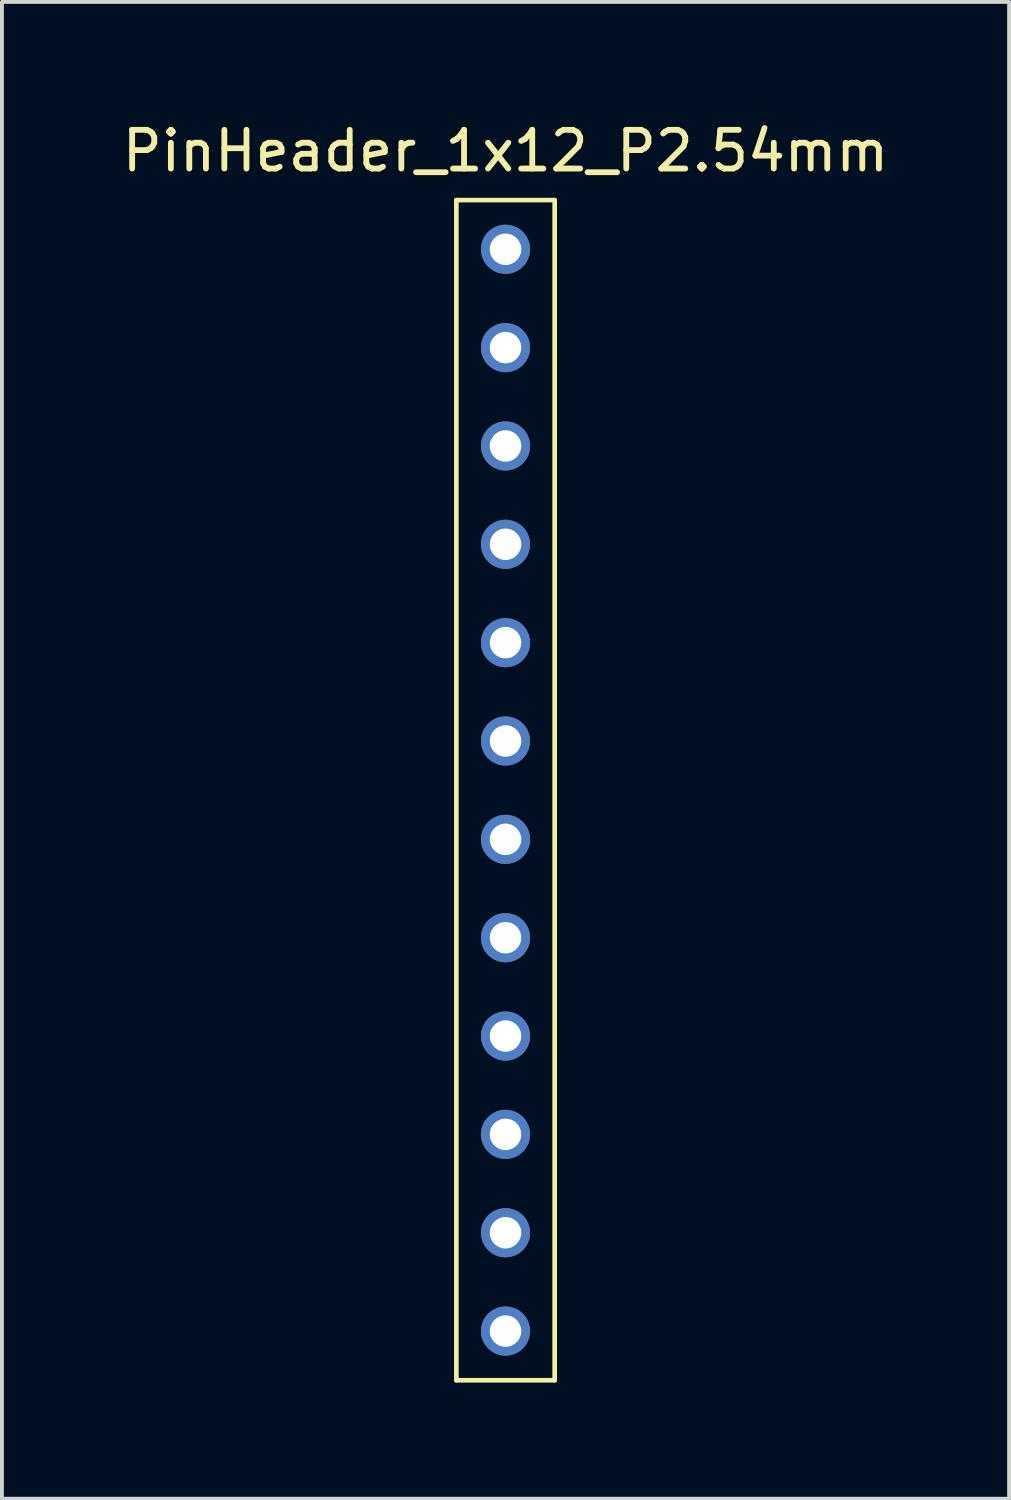
<source format=kicad_pcb>
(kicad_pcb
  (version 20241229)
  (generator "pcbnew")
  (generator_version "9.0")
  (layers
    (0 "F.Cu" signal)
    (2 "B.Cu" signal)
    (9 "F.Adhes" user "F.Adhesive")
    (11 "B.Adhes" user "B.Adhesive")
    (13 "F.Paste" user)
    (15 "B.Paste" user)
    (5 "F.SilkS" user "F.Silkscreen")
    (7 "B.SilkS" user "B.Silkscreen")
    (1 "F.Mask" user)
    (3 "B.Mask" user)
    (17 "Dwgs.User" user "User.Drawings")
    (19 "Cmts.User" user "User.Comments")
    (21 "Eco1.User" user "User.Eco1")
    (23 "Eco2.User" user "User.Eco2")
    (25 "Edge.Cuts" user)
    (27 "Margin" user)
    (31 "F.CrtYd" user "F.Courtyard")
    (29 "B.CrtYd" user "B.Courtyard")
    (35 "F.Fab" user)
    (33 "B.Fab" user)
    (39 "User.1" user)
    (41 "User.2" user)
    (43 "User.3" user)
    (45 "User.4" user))
  (footprint "PinHeader_1x12_P2.54mm"
    (layer "F.Cu")
    (at 10.006 17.358)
    (property "Reference" "PinHeader_1x12_P2.54mm" (at 0 -16.51 0) (layer "F.SilkS") (effects (font (size 1 1) (thickness 0.15))))
    (attr through_hole)
    (fp_line (start -1.27 -15.24) (end 1.27 -15.24) (stroke (width 0.12) (type solid)) (layer "F.SilkS"))
    (fp_line (start -1.27 15.24) (end -1.27 -15.24) (stroke (width 0.12) (type solid)) (layer "F.SilkS"))
    (fp_line (start 1.27 -15.24) (end 1.27 15.24) (stroke (width 0.12) (type solid)) (layer "F.SilkS"))
    (fp_line (start 1.27 15.24) (end -1.27 15.24) (stroke (width 0.12) (type solid)) (layer "F.SilkS"))
    (pad "1" thru_hole circle (at 0 -13.97) (size 1.27 1.27) (drill 0.813) (layers "*.Cu" "*.Mask"))
    (pad "2" thru_hole circle (at 0 -11.43) (size 1.27 1.27) (drill 0.813) (layers "*.Cu" "*.Mask"))
    (pad "3" thru_hole circle (at 0 -8.89) (size 1.27 1.27) (drill 0.813) (layers "*.Cu" "*.Mask"))
    (pad "4" thru_hole circle (at 0 -6.35) (size 1.27 1.27) (drill 0.813) (layers "*.Cu" "*.Mask"))
    (pad "5" thru_hole circle (at 0 -3.81) (size 1.27 1.27) (drill 0.813) (layers "*.Cu" "*.Mask"))
    (pad "6" thru_hole circle (at 0 -1.27) (size 1.27 1.27) (drill 0.813) (layers "*.Cu" "*.Mask"))
    (pad "7" thru_hole circle (at 0 1.27) (size 1.27 1.27) (drill 0.813) (layers "*.Cu" "*.Mask"))
    (pad "8" thru_hole circle (at 0 3.81) (size 1.27 1.27) (drill 0.813) (layers "*.Cu" "*.Mask"))
    (pad "9" thru_hole circle (at 0 6.35) (size 1.27 1.27) (drill 0.813) (layers "*.Cu" "*.Mask"))
    (pad "10" thru_hole circle (at 0 8.89) (size 1.27 1.27) (drill 0.813) (layers "*.Cu" "*.Mask"))
    (pad "11" thru_hole circle (at 0 11.43) (size 1.27 1.27) (drill 0.813) (layers "*.Cu" "*.Mask"))
    (pad "12" thru_hole circle (at 0 13.97) (size 1.27 1.27) (drill 0.813) (layers "*.Cu" "*.Mask")))
  (gr_rect
    (start -3 -3)
    (end 23.012 35.658)
    (stroke (width 0.1) (type default))
    (fill no)
    (layer "Edge.Cuts")))
</source>
